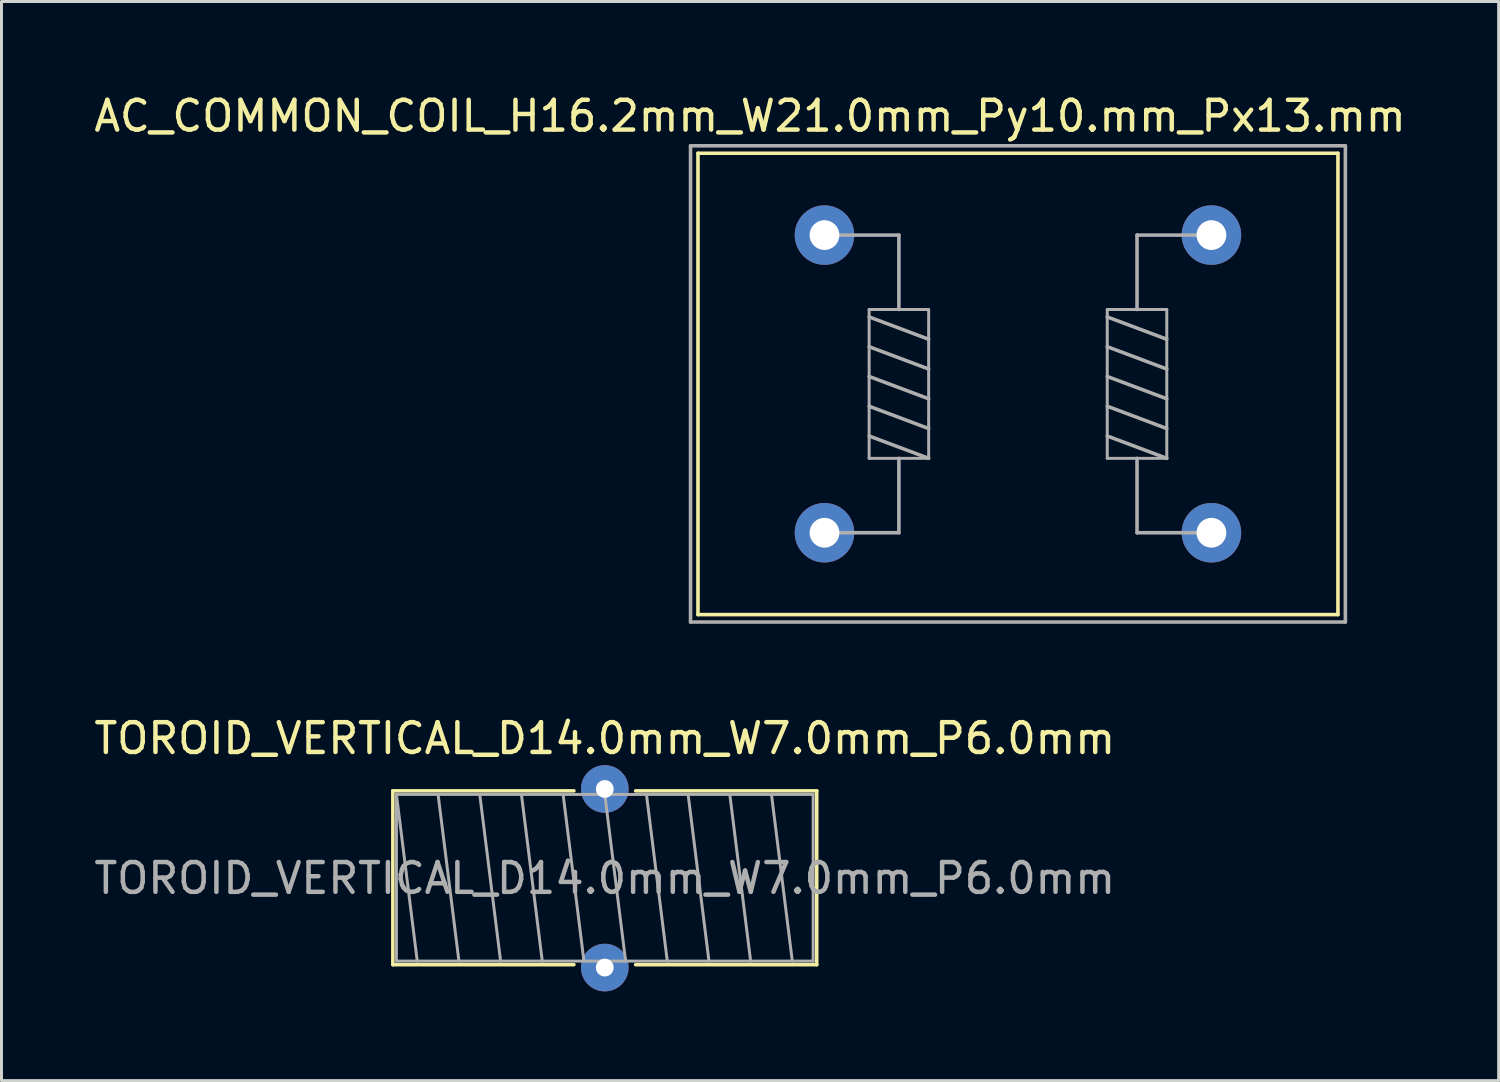
<source format=kicad_pcb>
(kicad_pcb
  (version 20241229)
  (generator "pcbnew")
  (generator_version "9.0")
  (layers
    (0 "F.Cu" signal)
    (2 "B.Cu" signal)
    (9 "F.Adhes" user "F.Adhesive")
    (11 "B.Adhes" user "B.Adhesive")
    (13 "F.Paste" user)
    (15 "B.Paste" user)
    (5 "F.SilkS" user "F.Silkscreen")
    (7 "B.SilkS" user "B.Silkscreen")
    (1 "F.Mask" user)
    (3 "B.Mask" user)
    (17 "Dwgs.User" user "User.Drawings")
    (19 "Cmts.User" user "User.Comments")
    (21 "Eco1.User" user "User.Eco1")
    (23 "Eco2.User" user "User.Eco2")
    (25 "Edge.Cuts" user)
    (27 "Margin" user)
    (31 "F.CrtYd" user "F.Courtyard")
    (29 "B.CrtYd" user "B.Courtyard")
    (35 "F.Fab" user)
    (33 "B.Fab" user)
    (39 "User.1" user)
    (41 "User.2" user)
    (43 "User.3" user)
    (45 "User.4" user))
  (footprint "AC_COMMON_COIL_H16.2mm_W21.0mm_Py10.mm_Px13.mm"
    (layer "F.Cu")
    (at 31.149 9.848)
    (property "Reference" "AC_COMMON_COIL_H16.2mm_W21.0mm_Py10.mm_Px13.mm" (at -9 -9 0) (layer "F.SilkS") (effects (font (size 1 1) (thickness 0.15))))
    (attr through_hole)
    (fp_line (start -10.75 -7.75) (end 10.75 -7.75) (stroke (width 0.12) (type solid)) (layer "F.SilkS"))
    (fp_line (start -10.75 7.75) (end -10.75 -7.75) (stroke (width 0.12) (type solid)) (layer "F.SilkS"))
    (fp_line (start 10.75 -7.75) (end 10.75 7.75) (stroke (width 0.12) (type solid)) (layer "F.SilkS"))
    (fp_line (start 10.75 7.75) (end -10.75 7.75) (stroke (width 0.12) (type solid)) (layer "F.SilkS"))
    (fp_line (start -11 -8) (end 11 -8) (stroke (width 0.12) (type solid)) (layer "F.Fab"))
    (fp_line (start -11 8) (end -11 -8) (stroke (width 0.12) (type solid)) (layer "F.Fab"))
    (fp_line (start -6 -5) (end -4 -5) (stroke (width 0.12) (type solid)) (layer "F.Fab"))
    (fp_line (start -5 -2.5) (end -3 -2.5) (stroke (width 0.1) (type solid)) (layer "F.Fab"))
    (fp_line (start -5 -2.25) (end -3 -1.5) (stroke (width 0.12) (type solid)) (layer "F.Fab"))
    (fp_line (start -5 -1.25) (end -3 -0.5) (stroke (width 0.12) (type solid)) (layer "F.Fab"))
    (fp_line (start -5 -0.25) (end -3 0.5) (stroke (width 0.12) (type solid)) (layer "F.Fab"))
    (fp_line (start -5 0.75) (end -3 1.5) (stroke (width 0.12) (type solid)) (layer "F.Fab"))
    (fp_line (start -5 1.75) (end -3 2.5) (stroke (width 0.12) (type solid)) (layer "F.Fab"))
    (fp_line (start -5 2.5) (end -5 -2.5) (stroke (width 0.1) (type solid)) (layer "F.Fab"))
    (fp_line (start -4 -5) (end -4 -2.5) (stroke (width 0.12) (type solid)) (layer "F.Fab"))
    (fp_line (start -4 2.5) (end -4 5) (stroke (width 0.12) (type solid)) (layer "F.Fab"))
    (fp_line (start -4 5) (end -6 5) (stroke (width 0.12) (type solid)) (layer "F.Fab"))
    (fp_line (start -3 -2.5) (end -3 2.5) (stroke (width 0.1) (type solid)) (layer "F.Fab"))
    (fp_line (start -3 2.5) (end -5 2.5) (stroke (width 0.1) (type solid)) (layer "F.Fab"))
    (fp_line (start 3 -2.5) (end 5 -2.5) (stroke (width 0.1) (type solid)) (layer "F.Fab"))
    (fp_line (start 3 -2.25) (end 5 -1.5) (stroke (width 0.12) (type solid)) (layer "F.Fab"))
    (fp_line (start 3 -1.25) (end 5 -0.5) (stroke (width 0.12) (type solid)) (layer "F.Fab"))
    (fp_line (start 3 -0.25) (end 5 0.5) (stroke (width 0.12) (type solid)) (layer "F.Fab"))
    (fp_line (start 3 0.75) (end 5 1.5) (stroke (width 0.12) (type solid)) (layer "F.Fab"))
    (fp_line (start 3 1.75) (end 5 2.5) (stroke (width 0.12) (type solid)) (layer "F.Fab"))
    (fp_line (start 3 2.5) (end 3 -2.5) (stroke (width 0.1) (type solid)) (layer "F.Fab"))
    (fp_line (start 4 -5) (end 6 -5) (stroke (width 0.12) (type solid)) (layer "F.Fab"))
    (fp_line (start 4 -2.5) (end 4 -5) (stroke (width 0.12) (type solid)) (layer "F.Fab"))
    (fp_line (start 4 5) (end 4 2.5) (stroke (width 0.12) (type solid)) (layer "F.Fab"))
    (fp_line (start 5 -2.5) (end 5 2.5) (stroke (width 0.1) (type solid)) (layer "F.Fab"))
    (fp_line (start 5 2.5) (end 3 2.5) (stroke (width 0.1) (type solid)) (layer "F.Fab"))
    (fp_line (start 6 5) (end 4 5) (stroke (width 0.12) (type solid)) (layer "F.Fab"))
    (fp_line (start 11 -8) (end 11 8) (stroke (width 0.12) (type solid)) (layer "F.Fab"))
    (fp_line (start 11 8) (end -11 8) (stroke (width 0.12) (type solid)) (layer "F.Fab"))
    (pad "1" thru_hole circle (at -6.5 -5) (size 2 2) (drill 1) (layers "*.Cu" "*.Mask"))
    (pad "2" thru_hole circle (at -6.5 5) (size 2 2) (drill 1) (layers "*.Cu" "*.Mask"))
    (pad "3" thru_hole circle (at 6.5 -5) (size 2 2) (drill 1) (layers "*.Cu" "*.Mask"))
    (pad "4" thru_hole circle (at 6.5 5) (size 2 2) (drill 1) (layers "*.Cu" "*.Mask")))
  (footprint "TOROID_VERTICAL_D14.0mm_W7.0mm_P6.0mm"
    (layer "F.Cu")
    (at 17.268 26.456)
    (property "Reference" "TOROID_VERTICAL_D14.0mm_W7.0mm_P6.0mm" (at 0 -4.699 0) (layer "F.SilkS") (effects (font (size 1 1) (thickness 0.15))))
    (attr through_hole)
    (fp_line (start -7.12 -2.937) (end -7.12 2.903) (stroke (width 0.12) (type solid)) (layer "F.SilkS"))
    (fp_line (start -7.12 -2.937) (end -1.037 -2.937) (stroke (width 0.12) (type solid)) (layer "F.SilkS"))
    (fp_line (start -7.12 2.903) (end -1.037 2.903) (stroke (width 0.12) (type solid)) (layer "F.SilkS"))
    (fp_line (start 1.037 -2.937) (end 7.12 -2.937) (stroke (width 0.12) (type solid)) (layer "F.SilkS"))
    (fp_line (start 1.037 2.903) (end 7.12 2.903) (stroke (width 0.12) (type solid)) (layer "F.SilkS"))
    (fp_line (start 7.12 -2.937) (end 7.12 2.903) (stroke (width 0.12) (type solid)) (layer "F.SilkS"))
    (fp_line (start -7 -2.817) (end -7 2.783) (stroke (width 0.1) (type solid)) (layer "F.Fab"))
    (fp_line (start -7 -2.817) (end -6.3 2.783) (stroke (width 0.1) (type solid)) (layer "F.Fab"))
    (fp_line (start -7 2.783) (end 7 2.783) (stroke (width 0.1) (type solid)) (layer "F.Fab"))
    (fp_line (start -5.6 -2.817) (end -4.9 2.783) (stroke (width 0.1) (type solid)) (layer "F.Fab"))
    (fp_line (start -4.2 -2.817) (end -3.5 2.783) (stroke (width 0.1) (type solid)) (layer "F.Fab"))
    (fp_line (start -2.8 -2.817) (end -2.1 2.783) (stroke (width 0.1) (type solid)) (layer "F.Fab"))
    (fp_line (start -1.4 -2.817) (end -0.7 2.783) (stroke (width 0.1) (type solid)) (layer "F.Fab"))
    (fp_line (start 0 -2.817) (end 0.7 2.783) (stroke (width 0.1) (type solid)) (layer "F.Fab"))
    (fp_line (start 1.4 -2.817) (end 2.1 2.783) (stroke (width 0.1) (type solid)) (layer "F.Fab"))
    (fp_line (start 2.8 -2.817) (end 3.5 2.783) (stroke (width 0.1) (type solid)) (layer "F.Fab"))
    (fp_line (start 4.2 -2.817) (end 4.9 2.783) (stroke (width 0.1) (type solid)) (layer "F.Fab"))
    (fp_line (start 5.6 -2.817) (end 6.3 2.783) (stroke (width 0.1) (type solid)) (layer "F.Fab"))
    (fp_line (start 7 -2.817) (end -7 -2.817) (stroke (width 0.1) (type solid)) (layer "F.Fab"))
    (fp_line (start 7 2.783) (end 7 -2.817) (stroke (width 0.1) (type solid)) (layer "F.Fab"))
    (fp_text user "${REFERENCE}" (at 0 0 0) (layer "F.Fab") (effects (font (size 1 1) (thickness 0.15))))
    (pad "1" thru_hole circle (at 0 -3) (size 1.6 1.6) (drill 0.598) (layers "*.Cu" "*.Mask"))
    (pad "2" thru_hole circle (at 0 3) (size 1.6 1.6) (drill 0.598) (layers "*.Cu" "*.Mask")))
  (gr_rect
    (start -3 -3)
    (end 47.298 33.255)
    (stroke (width 0.1) (type default))
    (fill no)
    (layer "Edge.Cuts")))
</source>
